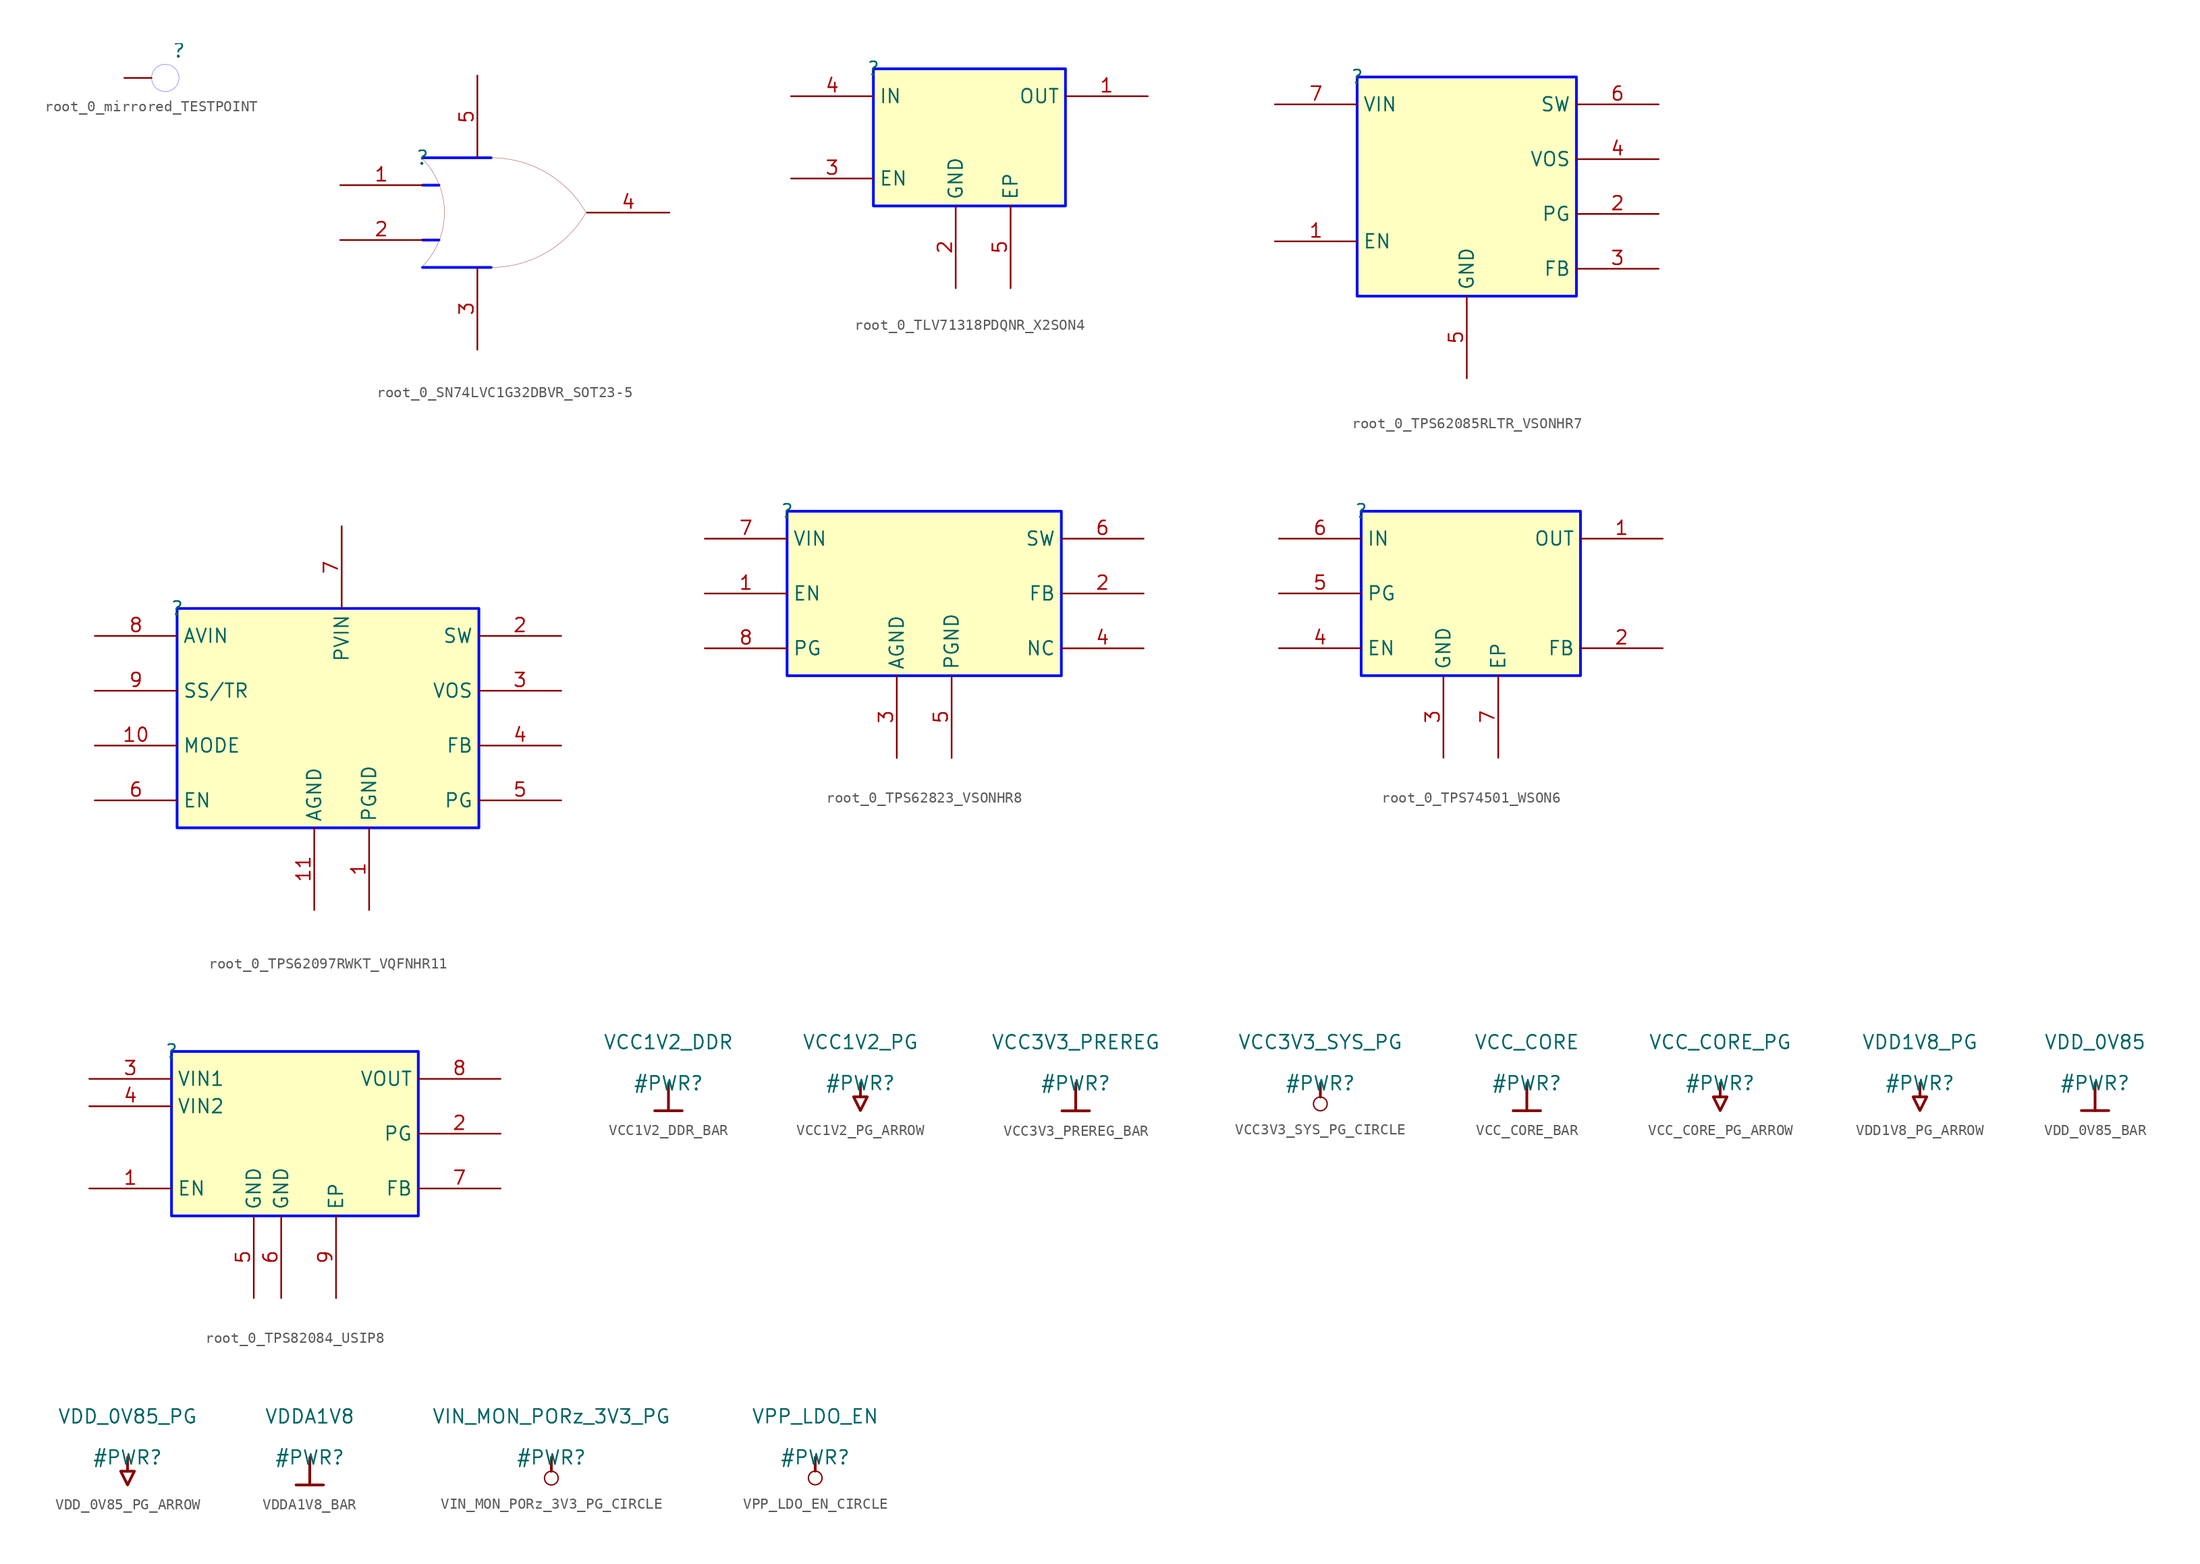
<source format=kicad_sym>
(kicad_symbol_lib
  (version 20231120)
  (generator "kicad_symbol_editor")
  (generator_version "8.0")
  (symbol "root_0_mirrored_TESTPOINT"
    (property "Reference" ""
      (at 0 0 0)
      (effects (font (size 1.27 1.27))))
    (property "Value" ""
      (at 0 0 0)
      (effects (font (size 1.27 1.27))))
    (symbol "root_0_mirrored_TESTPOINT_1_0"
      (circle (center -1.27 -2.54) (radius 1.27) (stroke (width 0.025) (type solid) (color 0 11 255 1)) (fill (type none)))
      (pin passive line (at -5.08 -2.54 0) (length 2.54) (name "TP" (effects (font (size 0 0)))) (number "1" (effects (font (size 0 0)))))))
  (symbol "root_0_SN74LVC1G32DBVR_SOT23-5"
    (property "Reference" ""
      (at 0 0 0)
      (effects (font (size 1.27 1.27))))
    (property "Value" ""
      (at 0 0 0)
      (effects (font (size 1.27 1.27))))
    (symbol "root_0_SN74LVC1G32DBVR_SOT23-5_1_0"
      (arc (start -0.0511 -10.1089) (mid 1.4906 -7.8016) (end 2.0319 -5.08) (stroke (width 0.0254) (type solid)) (fill (type none)))
      (polyline (pts (xy 0 -7.62) (xy 1.524 -7.62)) (stroke (width 0.254) (type solid) (color 0 11 255 1)) (fill (type none)))
      (polyline (pts (xy 0 -2.54) (xy 1.524 -2.54)) (stroke (width 0.254) (type solid) (color 0 11 255 1)) (fill (type none)))
      (polyline (pts (xy 6.35 -10.16) (xy 0 -10.16)) (stroke (width 0.254) (type solid) (color 0 11 255 1)) (fill (type none)))
      (polyline (pts (xy 6.35 0) (xy 0 0)) (stroke (width 0.254) (type solid) (color 0 11 255 1)) (fill (type none)))
      (arc (start 2.032 -5.08) (mid 1.4906 -2.3584) (end -0.0511 -0.0511) (stroke (width 0.0254) (type solid)) (fill (type none)))
      (arc (start 6.35 -10.16) (mid 11.4496 -8.7875) (end 15.1713 -5.0408) (stroke (width 0.0254) (type solid)) (fill (type none)))
      (arc (start 15.1713 -5.1192) (mid 11.4495 -1.3725) (end 6.35 0) (stroke (width 0.0254) (type solid)) (fill (type none)))
      (pin input line (at -7.62 -2.54 0) (length 7.62) (name "A" (effects (font (size 0 0)))) (number "1" (effects (font (size 1.27 1.27)))))
      (pin input line (at -7.62 -7.62 0) (length 7.62) (name "B" (effects (font (size 0 0)))) (number "2" (effects (font (size 1.27 1.27)))))
      (pin power_in line (at 5.08 -17.78 90) (length 7.62) (name "GND" (effects (font (size 0 0)))) (number "3" (effects (font (size 1.27 1.27)))))
      (pin output line (at 22.86 -5.08 180) (length 7.62) (name "Y" (effects (font (size 0 0)))) (number "4" (effects (font (size 1.27 1.27)))))
      (pin power_in line (at 5.08 7.62 270) (length 7.62) (name "VCC" (effects (font (size 0 0)))) (number "5" (effects (font (size 1.27 1.27)))))))
  (symbol "root_0_TLV71318PDQNR_X2SON4"
    (property "Reference" ""
      (at 0 0 0)
      (effects (font (size 1.27 1.27))))
    (property "Value" ""
      (at 0 0 0)
      (effects (font (size 1.27 1.27))))
    (symbol "root_0_TLV71318PDQNR_X2SON4_1_0"
      (rectangle (start 17.78 0) (end 0 -12.7) (stroke (width 0.254) (type solid) (color 0 11 255 1)) (fill (type background)))
      (pin output line (at 25.4 -2.54 180) (length 7.62) (name "OUT" (effects (font (size 1.27 1.27)))) (number "1" (effects (font (size 1.27 1.27)))))
      (pin power_in line (at 7.62 -20.32 90) (length 7.62) (name "GND" (effects (font (size 1.27 1.27)))) (number "2" (effects (font (size 1.27 1.27)))))
      (pin passive line (at -7.62 -10.16 0) (length 7.62) (name "EN" (effects (font (size 1.27 1.27)))) (number "3" (effects (font (size 1.27 1.27)))))
      (pin input line (at -7.62 -2.54 0) (length 7.62) (name "IN" (effects (font (size 1.27 1.27)))) (number "4" (effects (font (size 1.27 1.27)))))
      (pin power_in line (at 12.7 -20.32 90) (length 7.62) (name "EP" (effects (font (size 1.27 1.27)))) (number "5" (effects (font (size 1.27 1.27)))))))
  (symbol "root_0_TPS62085RLTR_VSONHR7"
    (property "Reference" ""
      (at 0 0 0)
      (effects (font (size 1.27 1.27))))
    (property "Value" ""
      (at 0 0 0)
      (effects (font (size 1.27 1.27))))
    (symbol "root_0_TPS62085RLTR_VSONHR7_1_0"
      (rectangle (start 20.32 0) (end 0 -20.32) (stroke (width 0.254) (type solid) (color 0 11 255 1)) (fill (type background)))
      (pin passive line (at -7.62 -15.24 0) (length 7.62) (name "EN" (effects (font (size 1.27 1.27)))) (number "1" (effects (font (size 1.27 1.27)))))
      (pin passive line (at 27.94 -12.7 180) (length 7.62) (name "PG" (effects (font (size 1.27 1.27)))) (number "2" (effects (font (size 1.27 1.27)))))
      (pin passive line (at 27.94 -17.78 180) (length 7.62) (name "FB" (effects (font (size 1.27 1.27)))) (number "3" (effects (font (size 1.27 1.27)))))
      (pin passive line (at 27.94 -7.62 180) (length 7.62) (name "VOS" (effects (font (size 1.27 1.27)))) (number "4" (effects (font (size 1.27 1.27)))))
      (pin power_in line (at 10.16 -27.94 90) (length 7.62) (name "GND" (effects (font (size 1.27 1.27)))) (number "5" (effects (font (size 1.27 1.27)))))
      (pin passive line (at 27.94 -2.54 180) (length 7.62) (name "SW" (effects (font (size 1.27 1.27)))) (number "6" (effects (font (size 1.27 1.27)))))
      (pin input line (at -7.62 -2.54 0) (length 7.62) (name "VIN" (effects (font (size 1.27 1.27)))) (number "7" (effects (font (size 1.27 1.27)))))))
  (symbol "root_0_TPS62097RWKT_VQFNHR11"
    (property "Reference" ""
      (at 0 0 0)
      (effects (font (size 1.27 1.27))))
    (property "Value" ""
      (at 0 0 0)
      (effects (font (size 1.27 1.27))))
    (symbol "root_0_TPS62097RWKT_VQFNHR11_1_0"
      (rectangle (start 27.94 0) (end 0 -20.32) (stroke (width 0.254) (type solid) (color 0 11 255 1)) (fill (type background)))
      (pin power_in line (at 17.78 -27.94 90) (length 7.62) (name "PGND" (effects (font (size 1.27 1.27)))) (number "1" (effects (font (size 1.27 1.27)))))
      (pin passive line (at -7.62 -12.7 0) (length 7.62) (name "MODE" (effects (font (size 1.27 1.27)))) (number "10" (effects (font (size 1.27 1.27)))))
      (pin power_in line (at 12.7 -27.94 90) (length 7.62) (name "AGND" (effects (font (size 1.27 1.27)))) (number "11" (effects (font (size 1.27 1.27)))))
      (pin output line (at 35.56 -2.54 180) (length 7.62) (name "SW" (effects (font (size 1.27 1.27)))) (number "2" (effects (font (size 1.27 1.27)))))
      (pin passive line (at 35.56 -7.62 180) (length 7.62) (name "VOS" (effects (font (size 1.27 1.27)))) (number "3" (effects (font (size 1.27 1.27)))))
      (pin passive line (at 35.56 -12.7 180) (length 7.62) (name "FB" (effects (font (size 1.27 1.27)))) (number "4" (effects (font (size 1.27 1.27)))))
      (pin passive line (at 35.56 -17.78 180) (length 7.62) (name "PG" (effects (font (size 1.27 1.27)))) (number "5" (effects (font (size 1.27 1.27)))))
      (pin passive line (at -7.62 -17.78 0) (length 7.62) (name "EN" (effects (font (size 1.27 1.27)))) (number "6" (effects (font (size 1.27 1.27)))))
      (pin power_in line (at 15.24 7.62 270) (length 7.62) (name "PVIN" (effects (font (size 1.27 1.27)))) (number "7" (effects (font (size 1.27 1.27)))))
      (pin input line (at -7.62 -2.54 0) (length 7.62) (name "AVIN" (effects (font (size 1.27 1.27)))) (number "8" (effects (font (size 1.27 1.27)))))
      (pin passive line (at -7.62 -7.62 0) (length 7.62) (name "SS/TR" (effects (font (size 1.27 1.27)))) (number "9" (effects (font (size 1.27 1.27)))))))
  (symbol "root_0_TPS62823_VSONHR8"
    (property "Reference" ""
      (at 0 0 0)
      (effects (font (size 1.27 1.27))))
    (property "Value" ""
      (at 0 0 0)
      (effects (font (size 1.27 1.27))))
    (symbol "root_0_TPS62823_VSONHR8_1_0"
      (rectangle (start 25.4 0) (end 0 -15.24) (stroke (width 0.254) (type solid) (color 0 11 255 1)) (fill (type background)))
      (pin passive line (at -7.62 -7.62 0) (length 7.62) (name "EN" (effects (font (size 1.27 1.27)))) (number "1" (effects (font (size 1.27 1.27)))))
      (pin passive line (at 33.02 -7.62 180) (length 7.62) (name "FB" (effects (font (size 1.27 1.27)))) (number "2" (effects (font (size 1.27 1.27)))))
      (pin power_in line (at 10.16 -22.86 90) (length 7.62) (name "AGND" (effects (font (size 1.27 1.27)))) (number "3" (effects (font (size 1.27 1.27)))))
      (pin passive line (at 33.02 -12.7 180) (length 7.62) (name "NC" (effects (font (size 1.27 1.27)))) (number "4" (effects (font (size 1.27 1.27)))))
      (pin power_in line (at 15.24 -22.86 90) (length 7.62) (name "PGND" (effects (font (size 1.27 1.27)))) (number "5" (effects (font (size 1.27 1.27)))))
      (pin passive line (at 33.02 -2.54 180) (length 7.62) (name "SW" (effects (font (size 1.27 1.27)))) (number "6" (effects (font (size 1.27 1.27)))))
      (pin passive line (at -7.62 -2.54 0) (length 7.62) (name "VIN" (effects (font (size 1.27 1.27)))) (number "7" (effects (font (size 1.27 1.27)))))
      (pin passive line (at -7.62 -12.7 0) (length 7.62) (name "PG" (effects (font (size 1.27 1.27)))) (number "8" (effects (font (size 1.27 1.27)))))))
  (symbol "root_0_TPS74501_WSON6"
    (property "Reference" ""
      (at 0 0 0)
      (effects (font (size 1.27 1.27))))
    (property "Value" ""
      (at 0 0 0)
      (effects (font (size 1.27 1.27))))
    (symbol "root_0_TPS74501_WSON6_1_0"
      (rectangle (start 20.32 0) (end 0 -15.24) (stroke (width 0.254) (type solid) (color 0 11 255 1)) (fill (type background)))
      (pin output line (at 27.94 -2.54 180) (length 7.62) (name "OUT" (effects (font (size 1.27 1.27)))) (number "1" (effects (font (size 1.27 1.27)))))
      (pin passive line (at 27.94 -12.7 180) (length 7.62) (name "FB" (effects (font (size 1.27 1.27)))) (number "2" (effects (font (size 1.27 1.27)))))
      (pin power_in line (at 7.62 -22.86 90) (length 7.62) (name "GND" (effects (font (size 1.27 1.27)))) (number "3" (effects (font (size 1.27 1.27)))))
      (pin passive line (at -7.62 -12.7 0) (length 7.62) (name "EN" (effects (font (size 1.27 1.27)))) (number "4" (effects (font (size 1.27 1.27)))))
      (pin passive line (at -7.62 -7.62 0) (length 7.62) (name "PG" (effects (font (size 1.27 1.27)))) (number "5" (effects (font (size 1.27 1.27)))))
      (pin input line (at -7.62 -2.54 0) (length 7.62) (name "IN" (effects (font (size 1.27 1.27)))) (number "6" (effects (font (size 1.27 1.27)))))
      (pin power_in line (at 12.7 -22.86 90) (length 7.62) (name "EP" (effects (font (size 1.27 1.27)))) (number "7" (effects (font (size 1.27 1.27)))))))
  (symbol "root_0_TPS82084_USIP8"
    (property "Reference" ""
      (at 0 0 0)
      (effects (font (size 1.27 1.27))))
    (property "Value" ""
      (at 0 0 0)
      (effects (font (size 1.27 1.27))))
    (symbol "root_0_TPS82084_USIP8_1_0"
      (rectangle (start 22.86 0) (end 0 -15.24) (stroke (width 0.254) (type solid) (color 0 11 255 1)) (fill (type background)))
      (pin passive line (at -7.62 -12.7 0) (length 7.62) (name "EN" (effects (font (size 1.27 1.27)))) (number "1" (effects (font (size 1.27 1.27)))))
      (pin passive line (at 30.48 -7.62 180) (length 7.62) (name "PG" (effects (font (size 1.27 1.27)))) (number "2" (effects (font (size 1.27 1.27)))))
      (pin passive line (at -7.62 -2.54 0) (length 7.62) (name "VIN1" (effects (font (size 1.27 1.27)))) (number "3" (effects (font (size 1.27 1.27)))))
      (pin passive line (at -7.62 -5.08 0) (length 7.62) (name "VIN2" (effects (font (size 1.27 1.27)))) (number "4" (effects (font (size 1.27 1.27)))))
      (pin power_in line (at 7.62 -22.86 90) (length 7.62) (name "GND" (effects (font (size 1.27 1.27)))) (number "5" (effects (font (size 1.27 1.27)))))
      (pin power_in line (at 10.16 -22.86 90) (length 7.62) (name "GND" (effects (font (size 1.27 1.27)))) (number "6" (effects (font (size 1.27 1.27)))))
      (pin passive line (at 30.48 -12.7 180) (length 7.62) (name "FB" (effects (font (size 1.27 1.27)))) (number "7" (effects (font (size 1.27 1.27)))))
      (pin passive line (at 30.48 -2.54 180) (length 7.62) (name "VOUT" (effects (font (size 1.27 1.27)))) (number "8" (effects (font (size 1.27 1.27)))))
      (pin power_in line (at 15.24 -22.86 90) (length 7.62) (name "EP" (effects (font (size 1.27 1.27)))) (number "9" (effects (font (size 1.27 1.27)))))))
  (symbol "VCC1V2_DDR_BAR"
    (power)
    (property "Reference" "#PWR"
      (at 0 0 0)
      (effects (font (size 1.27 1.27))))
    (property "Value" "VCC1V2_DDR"
      (at 0 3.81 0)
      (effects (font (size 1.27 1.27))))
    (symbol "VCC1V2_DDR_BAR_0_0"
      (polyline (pts (xy -1.27 -2.54) (xy 1.27 -2.54)) (stroke (width 0.254) (type solid)) (fill (type none)))
      (polyline (pts (xy 0 0) (xy 0 -2.54)) (stroke (width 0.254) (type solid)) (fill (type none)))
      (pin power_in line (at 0 0 0) (length 0) hide (name "VCC1V2_DDR" (effects (font (size 1.27 1.27)))) (number "" (effects (font (size 1.27 1.27)))))))
  (symbol "VCC1V2_PG_ARROW"
    (power)
    (property "Reference" "#PWR"
      (at 0 0 0)
      (effects (font (size 1.27 1.27))))
    (property "Value" "VCC1V2_PG"
      (at 0 3.81 0)
      (effects (font (size 1.27 1.27))))
    (symbol "VCC1V2_PG_ARROW_0_0"
      (polyline (pts (xy 0 0) (xy 0 -1.27)) (stroke (width 0.254) (type solid)) (fill (type none)))
      (polyline (pts (xy -0.635 -1.27) (xy 0.635 -1.27) (xy 0 -2.54) (xy -0.635 -1.27)) (stroke (width 0.254) (type solid)) (fill (type none)))
      (pin power_in line (at 0 0 0) (length 0) hide (name "VCC1V2_PG" (effects (font (size 1.27 1.27)))) (number "" (effects (font (size 1.27 1.27)))))))
  (symbol "VCC3V3_PREREG_BAR"
    (power)
    (property "Reference" "#PWR"
      (at 0 0 0)
      (effects (font (size 1.27 1.27))))
    (property "Value" "VCC3V3_PREREG"
      (at 0 3.81 0)
      (effects (font (size 1.27 1.27))))
    (symbol "VCC3V3_PREREG_BAR_0_0"
      (polyline (pts (xy -1.27 -2.54) (xy 1.27 -2.54)) (stroke (width 0.254) (type solid)) (fill (type none)))
      (polyline (pts (xy 0 0) (xy 0 -2.54)) (stroke (width 0.254) (type solid)) (fill (type none)))
      (pin power_in line (at 0 0 0) (length 0) hide (name "VCC3V3_PREREG" (effects (font (size 1.27 1.27)))) (number "" (effects (font (size 1.27 1.27)))))))
  (symbol "VCC3V3_SYS_PG_CIRCLE"
    (power)
    (property "Reference" "#PWR"
      (at 0 0 0)
      (effects (font (size 1.27 1.27))))
    (property "Value" "VCC3V3_SYS_PG"
      (at 0 3.81 0)
      (effects (font (size 1.27 1.27))))
    (symbol "VCC3V3_SYS_PG_CIRCLE_0_0"
      (circle (center 0 -1.905) (radius 0.635) (stroke (width 0.127) (type solid)) (fill (type none)))
      (polyline (pts (xy 0 0) (xy 0 -1.27)) (stroke (width 0.254) (type solid)) (fill (type none)))
      (pin power_in line (at 0 0 0) (length 0) hide (name "VCC3V3_SYS_PG" (effects (font (size 1.27 1.27)))) (number "" (effects (font (size 1.27 1.27)))))))
  (symbol "VCC_CORE_BAR"
    (power)
    (property "Reference" "#PWR"
      (at 0 0 0)
      (effects (font (size 1.27 1.27))))
    (property "Value" "VCC_CORE"
      (at 0 3.81 0)
      (effects (font (size 1.27 1.27))))
    (symbol "VCC_CORE_BAR_0_0"
      (polyline (pts (xy -1.27 -2.54) (xy 1.27 -2.54)) (stroke (width 0.254) (type solid)) (fill (type none)))
      (polyline (pts (xy 0 0) (xy 0 -2.54)) (stroke (width 0.254) (type solid)) (fill (type none)))
      (pin power_in line (at 0 0 0) (length 0) hide (name "VCC_CORE" (effects (font (size 1.27 1.27)))) (number "" (effects (font (size 1.27 1.27)))))))
  (symbol "VCC_CORE_PG_ARROW"
    (power)
    (property "Reference" "#PWR"
      (at 0 0 0)
      (effects (font (size 1.27 1.27))))
    (property "Value" "VCC_CORE_PG"
      (at 0 3.81 0)
      (effects (font (size 1.27 1.27))))
    (symbol "VCC_CORE_PG_ARROW_0_0"
      (polyline (pts (xy 0 0) (xy 0 -1.27)) (stroke (width 0.254) (type solid)) (fill (type none)))
      (polyline (pts (xy -0.635 -1.27) (xy 0.635 -1.27) (xy 0 -2.54) (xy -0.635 -1.27)) (stroke (width 0.254) (type solid)) (fill (type none)))
      (pin power_in line (at 0 0 0) (length 0) hide (name "VCC_CORE_PG" (effects (font (size 1.27 1.27)))) (number "" (effects (font (size 1.27 1.27)))))))
  (symbol "VDD1V8_PG_ARROW"
    (power)
    (property "Reference" "#PWR"
      (at 0 0 0)
      (effects (font (size 1.27 1.27))))
    (property "Value" "VDD1V8_PG"
      (at 0 3.81 0)
      (effects (font (size 1.27 1.27))))
    (symbol "VDD1V8_PG_ARROW_0_0"
      (polyline (pts (xy 0 0) (xy 0 -1.27)) (stroke (width 0.254) (type solid)) (fill (type none)))
      (polyline (pts (xy -0.635 -1.27) (xy 0.635 -1.27) (xy 0 -2.54) (xy -0.635 -1.27)) (stroke (width 0.254) (type solid)) (fill (type none)))
      (pin power_in line (at 0 0 0) (length 0) hide (name "VDD1V8_PG" (effects (font (size 1.27 1.27)))) (number "" (effects (font (size 1.27 1.27)))))))
  (symbol "VDD_0V85_BAR"
    (power)
    (property "Reference" "#PWR"
      (at 0 0 0)
      (effects (font (size 1.27 1.27))))
    (property "Value" "VDD_0V85"
      (at 0 3.81 0)
      (effects (font (size 1.27 1.27))))
    (symbol "VDD_0V85_BAR_0_0"
      (polyline (pts (xy -1.27 -2.54) (xy 1.27 -2.54)) (stroke (width 0.254) (type solid)) (fill (type none)))
      (polyline (pts (xy 0 0) (xy 0 -2.54)) (stroke (width 0.254) (type solid)) (fill (type none)))
      (pin power_in line (at 0 0 0) (length 0) hide (name "VDD_0V85" (effects (font (size 1.27 1.27)))) (number "" (effects (font (size 1.27 1.27)))))))
  (symbol "VDD_0V85_PG_ARROW"
    (power)
    (property "Reference" "#PWR"
      (at 0 0 0)
      (effects (font (size 1.27 1.27))))
    (property "Value" "VDD_0V85_PG"
      (at 0 3.81 0)
      (effects (font (size 1.27 1.27))))
    (symbol "VDD_0V85_PG_ARROW_0_0"
      (polyline (pts (xy 0 0) (xy 0 -1.27)) (stroke (width 0.254) (type solid)) (fill (type none)))
      (polyline (pts (xy -0.635 -1.27) (xy 0.635 -1.27) (xy 0 -2.54) (xy -0.635 -1.27)) (stroke (width 0.254) (type solid)) (fill (type none)))
      (pin power_in line (at 0 0 0) (length 0) hide (name "VDD_0V85_PG" (effects (font (size 1.27 1.27)))) (number "" (effects (font (size 1.27 1.27)))))))
  (symbol "VDDA1V8_BAR"
    (power)
    (property "Reference" "#PWR"
      (at 0 0 0)
      (effects (font (size 1.27 1.27))))
    (property "Value" "VDDA1V8"
      (at 0 3.81 0)
      (effects (font (size 1.27 1.27))))
    (symbol "VDDA1V8_BAR_0_0"
      (polyline (pts (xy -1.27 -2.54) (xy 1.27 -2.54)) (stroke (width 0.254) (type solid)) (fill (type none)))
      (polyline (pts (xy 0 0) (xy 0 -2.54)) (stroke (width 0.254) (type solid)) (fill (type none)))
      (pin power_in line (at 0 0 0) (length 0) hide (name "VDDA1V8" (effects (font (size 1.27 1.27)))) (number "" (effects (font (size 1.27 1.27)))))))
  (symbol "VIN_MON_PORz_3V3_PG_CIRCLE"
    (power)
    (property "Reference" "#PWR"
      (at 0 0 0)
      (effects (font (size 1.27 1.27))))
    (property "Value" "VIN_MON_PORz_3V3_PG"
      (at 0 3.81 0)
      (effects (font (size 1.27 1.27))))
    (symbol "VIN_MON_PORz_3V3_PG_CIRCLE_0_0"
      (circle (center 0 -1.905) (radius 0.635) (stroke (width 0.127) (type solid)) (fill (type none)))
      (polyline (pts (xy 0 0) (xy 0 -1.27)) (stroke (width 0.254) (type solid)) (fill (type none)))
      (pin power_in line (at 0 0 0) (length 0) hide (name "VIN_MON_PORz_3V3_PG" (effects (font (size 1.27 1.27)))) (number "" (effects (font (size 1.27 1.27)))))))
  (symbol "VPP_LDO_EN_CIRCLE"
    (power)
    (property "Reference" "#PWR"
      (at 0 0 0)
      (effects (font (size 1.27 1.27))))
    (property "Value" "VPP_LDO_EN"
      (at 0 3.81 0)
      (effects (font (size 1.27 1.27))))
    (symbol "VPP_LDO_EN_CIRCLE_0_0"
      (circle (center 0 -1.905) (radius 0.635) (stroke (width 0.127) (type solid)) (fill (type none)))
      (polyline (pts (xy 0 0) (xy 0 -1.27)) (stroke (width 0.254) (type solid)) (fill (type none)))
      (pin power_in line (at 0 0 0) (length 0) hide (name "VPP_LDO_EN" (effects (font (size 1.27 1.27)))) (number "" (effects (font (size 1.27 1.27))))))))
</source>
